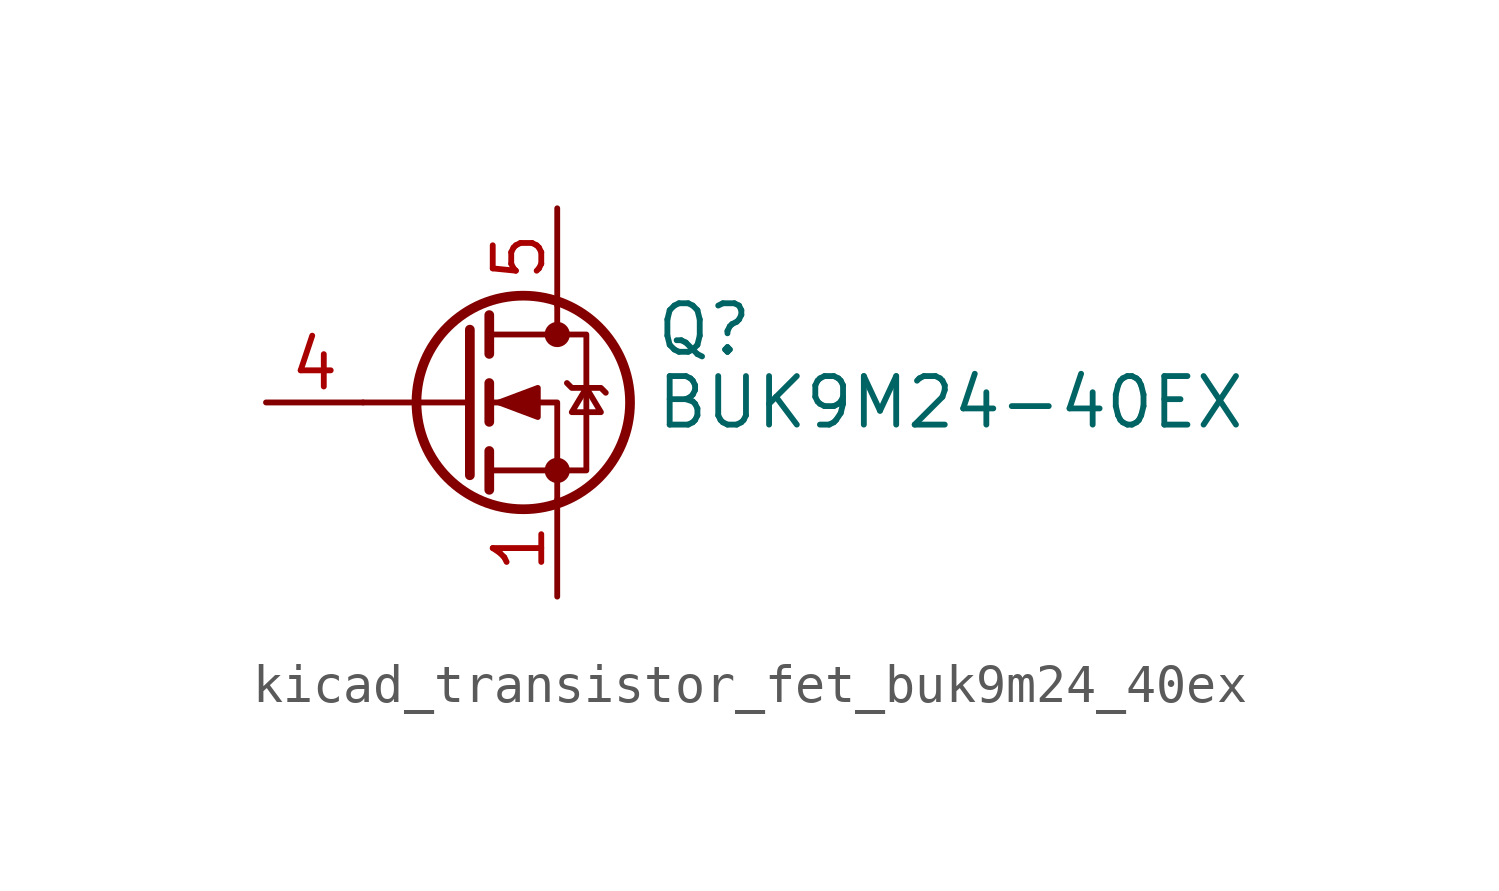
<source format=kicad_sym>
(kicad_symbol_lib
  (version 20220914)
  (generator kicad_symbol_editor)
  (symbol "kicad_transistor_fet_buk9m24_40ex"
    (pin_names hide)
    (property "Reference" "Q"
      (at 5.08 1.905 0)
      (effects (font (size 1.27 1.27)) (justify left)))
    (property "Value" "BUK9M24-40EX"
      (at 5.08 0 0)
      (effects (font (size 1.27 1.27)) (justify left)))
    (symbol "kicad_transistor_fet_buk9m24_40ex_0_1"
      (polyline (pts (xy 0.254 0) (xy -2.54 0)) (stroke (width 0) (type default)) (fill (type none)))
      (polyline (pts (xy 0.254 1.905) (xy 0.254 -1.905)) (stroke (width 0.254) (type default)) (fill (type none)))
      (polyline (pts (xy 0.762 -1.27) (xy 0.762 -2.286)) (stroke (width 0.254) (type default)) (fill (type none)))
      (polyline (pts (xy 0.762 0.508) (xy 0.762 -0.508)) (stroke (width 0.254) (type default)) (fill (type none)))
      (polyline (pts (xy 0.762 2.286) (xy 0.762 1.27)) (stroke (width 0.254) (type default)) (fill (type none)))
      (polyline (pts (xy 2.54 2.54) (xy 2.54 1.778)) (stroke (width 0) (type default)) (fill (type none)))
      (polyline (pts (xy 2.54 -2.54) (xy 2.54 0) (xy 0.762 0)) (stroke (width 0) (type default)) (fill (type none)))
      (polyline (pts (xy 0.762 -1.778) (xy 3.302 -1.778) (xy 3.302 1.778) (xy 0.762 1.778)) (stroke (width 0) (type default)) (fill (type none)))
      (polyline (pts (xy 1.016 0) (xy 2.032 0.381) (xy 2.032 -0.381) (xy 1.016 0)) (stroke (width 0) (type default)) (fill (type outline)))
      (polyline (pts (xy 2.794 0.508) (xy 2.921 0.381) (xy 3.683 0.381) (xy 3.81 0.254)) (stroke (width 0) (type default)) (fill (type none)))
      (polyline (pts (xy 3.302 0.381) (xy 2.921 -0.254) (xy 3.683 -0.254) (xy 3.302 0.381)) (stroke (width 0) (type default)) (fill (type none)))
      (circle (center 1.651 0) (radius 2.794) (stroke (width 0.254) (type default)) (fill (type none)))
      (circle (center 2.54 -1.778) (radius 0.254) (stroke (width 0) (type default)) (fill (type outline)))
      (circle (center 2.54 1.778) (radius 0.254) (stroke (width 0) (type default)) (fill (type outline))))
    (symbol "kicad_transistor_fet_buk9m24_40ex_1_1"
      (pin passive line (at 2.54 -5.08 90) (length 2.54) (name "S" (effects (font (size 1.27 1.27)))) (number "1" (effects (font (size 1.27 1.27)))))
      (pin passive line (at 2.54 -5.08 90) (length 2.54) hide (name "S" (effects (font (size 1.27 1.27)))) (number "2" (effects (font (size 1.27 1.27)))))
      (pin passive line (at 2.54 -5.08 90) (length 2.54) hide (name "S" (effects (font (size 1.27 1.27)))) (number "3" (effects (font (size 1.27 1.27)))))
      (pin passive line (at -5.08 0 0) (length 2.54) (name "G" (effects (font (size 1.27 1.27)))) (number "4" (effects (font (size 1.27 1.27)))))
      (pin passive line (at 2.54 5.08 270) (length 2.54) (name "D" (effects (font (size 1.27 1.27)))) (number "5" (effects (font (size 1.27 1.27))))))))
</source>
